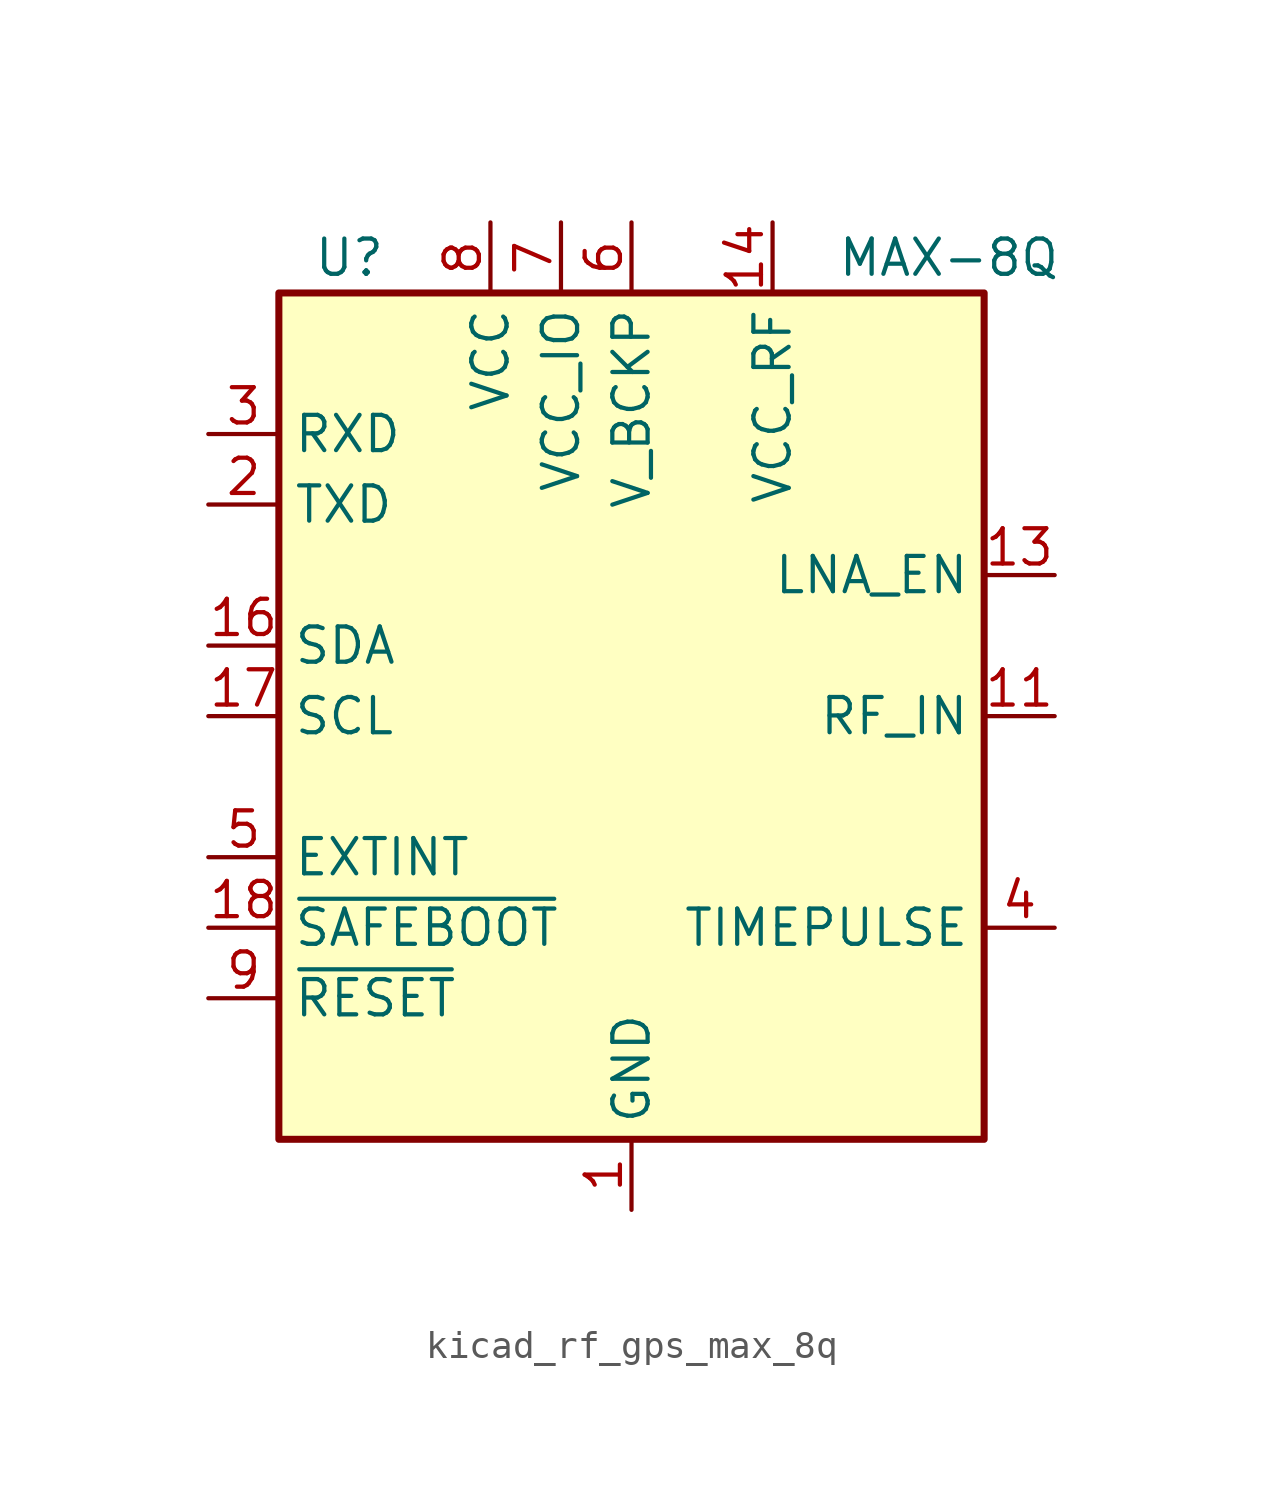
<source format=kicad_sym>
(kicad_symbol_lib
  (version 20220914)
  (generator kicad_symbol_editor)
  (symbol "kicad_rf_gps_max_8q"
    (property "Reference" "U"
      (at -10.16 16.51 0)
      (effects (font (size 1.27 1.27))))
    (property "Value" "MAX-8Q"
      (at 11.43 16.51 0)
      (effects (font (size 1.27 1.27))))
    (symbol "kicad_rf_gps_max_8q_0_1"
      (rectangle (start 12.7 15.24) (end -12.7 -15.24) (stroke (width 0.254) (type default)) (fill (type background))))
    (symbol "kicad_rf_gps_max_8q_1_1"
      (pin power_in line (at 0 -17.78 90) (length 2.54) (name "GND" (effects (font (size 1.27 1.27)))) (number "1" (effects (font (size 1.27 1.27)))))
      (pin passive line (at 0 -17.78 90) (length 2.54) hide (name "GND" (effects (font (size 1.27 1.27)))) (number "10" (effects (font (size 1.27 1.27)))))
      (pin input line (at 15.24 0 180) (length 2.54) (name "RF_IN" (effects (font (size 1.27 1.27)))) (number "11" (effects (font (size 1.27 1.27)))))
      (pin passive line (at 0 -17.78 90) (length 2.54) hide (name "GND" (effects (font (size 1.27 1.27)))) (number "12" (effects (font (size 1.27 1.27)))))
      (pin output line (at 15.24 5.08 180) (length 2.54) (name "LNA_EN" (effects (font (size 1.27 1.27)))) (number "13" (effects (font (size 1.27 1.27)))))
      (pin power_out line (at 5.08 17.78 270) (length 2.54) (name "VCC_RF" (effects (font (size 1.27 1.27)))) (number "14" (effects (font (size 1.27 1.27)))))
      (pin no_connect line (at 12.7 -5.08 180) (length 2.54) hide (name "Reserved" (effects (font (size 1.27 1.27)))) (number "15" (effects (font (size 1.27 1.27)))))
      (pin bidirectional line (at -15.24 2.54 0) (length 2.54) (name "SDA" (effects (font (size 1.27 1.27)))) (number "16" (effects (font (size 1.27 1.27)))))
      (pin input line (at -15.24 0 0) (length 2.54) (name "SCL" (effects (font (size 1.27 1.27)))) (number "17" (effects (font (size 1.27 1.27)))))
      (pin input line (at -15.24 -7.62 0) (length 2.54) (name "~{SAFEBOOT}" (effects (font (size 1.27 1.27)))) (number "18" (effects (font (size 1.27 1.27)))))
      (pin output line (at -15.24 7.62 0) (length 2.54) (name "TXD" (effects (font (size 1.27 1.27)))) (number "2" (effects (font (size 1.27 1.27)))))
      (pin input line (at -15.24 10.16 0) (length 2.54) (name "RXD" (effects (font (size 1.27 1.27)))) (number "3" (effects (font (size 1.27 1.27)))))
      (pin output line (at 15.24 -7.62 180) (length 2.54) (name "TIMEPULSE" (effects (font (size 1.27 1.27)))) (number "4" (effects (font (size 1.27 1.27)))))
      (pin input line (at -15.24 -5.08 0) (length 2.54) (name "EXTINT" (effects (font (size 1.27 1.27)))) (number "5" (effects (font (size 1.27 1.27)))))
      (pin power_in line (at 0 17.78 270) (length 2.54) (name "V_BCKP" (effects (font (size 1.27 1.27)))) (number "6" (effects (font (size 1.27 1.27)))))
      (pin power_in line (at -2.54 17.78 270) (length 2.54) (name "VCC_IO" (effects (font (size 1.27 1.27)))) (number "7" (effects (font (size 1.27 1.27)))))
      (pin power_in line (at -5.08 17.78 270) (length 2.54) (name "VCC" (effects (font (size 1.27 1.27)))) (number "8" (effects (font (size 1.27 1.27)))))
      (pin input line (at -15.24 -10.16 0) (length 2.54) (name "~{RESET}" (effects (font (size 1.27 1.27)))) (number "9" (effects (font (size 1.27 1.27))))))))
</source>
